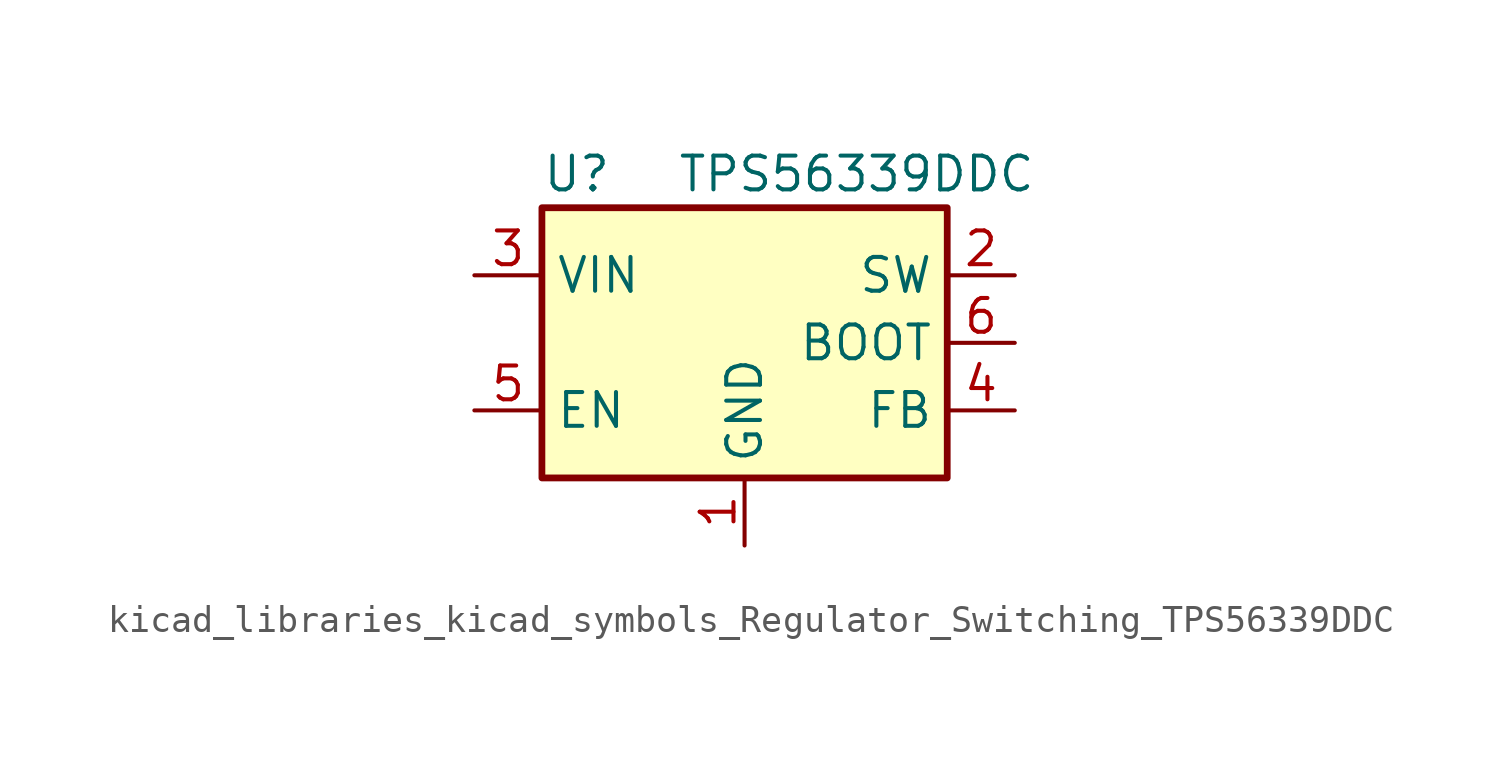
<source format=kicad_sym>
(kicad_symbol_lib
  (version 20220914)
  (generator kicad_symbol_editor)
  (symbol "kicad_libraries_kicad_symbols_Regulator_Switching_TPS56339DDC"
    (property "Reference" "U"
      (at -7.62 6.35 0)
      (effects (font (size 1.27 1.27)) (justify left)))
    (property "Value" "TPS56339DDC"
      (at -2.54 6.35 0)
      (effects (font (size 1.27 1.27)) (justify left)))
    (symbol "kicad_libraries_kicad_symbols_Regulator_Switching_TPS56339DDC_0_1"
      (rectangle (start -7.62 5.08) (end 7.62 -5.08) (stroke (width 0.254) (type default)) (fill (type background))))
    (symbol "kicad_libraries_kicad_symbols_Regulator_Switching_TPS56339DDC_1_1"
      (pin power_in line (at 0 -7.62 90) (length 2.54) (name "GND" (effects (font (size 1.27 1.27)))) (number "1" (effects (font (size 1.27 1.27)))))
      (pin power_out line (at 10.16 2.54 180) (length 2.54) (name "SW" (effects (font (size 1.27 1.27)))) (number "2" (effects (font (size 1.27 1.27)))))
      (pin power_in line (at -10.16 2.54 0) (length 2.54) (name "VIN" (effects (font (size 1.27 1.27)))) (number "3" (effects (font (size 1.27 1.27)))))
      (pin input line (at 10.16 -2.54 180) (length 2.54) (name "FB" (effects (font (size 1.27 1.27)))) (number "4" (effects (font (size 1.27 1.27)))))
      (pin input line (at -10.16 -2.54 0) (length 2.54) (name "EN" (effects (font (size 1.27 1.27)))) (number "5" (effects (font (size 1.27 1.27)))))
      (pin passive line (at 10.16 0 180) (length 2.54) (name "BOOT" (effects (font (size 1.27 1.27)))) (number "6" (effects (font (size 1.27 1.27))))))))
</source>
